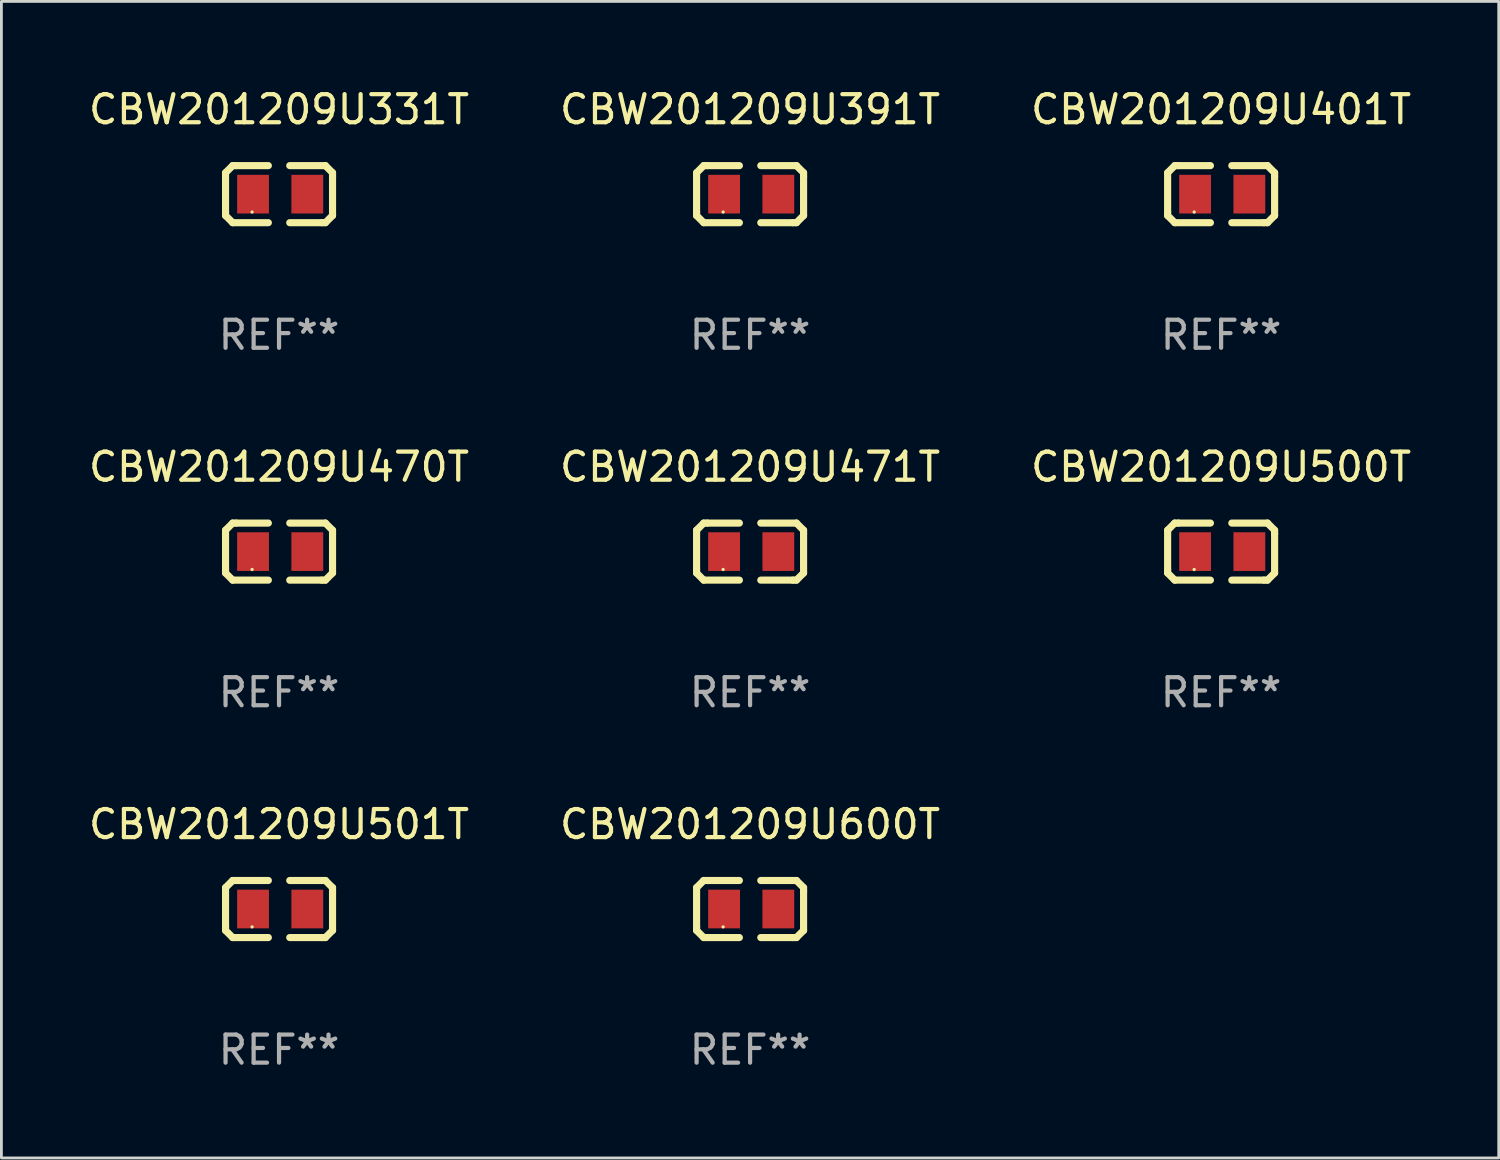
<source format=kicad_pcb>
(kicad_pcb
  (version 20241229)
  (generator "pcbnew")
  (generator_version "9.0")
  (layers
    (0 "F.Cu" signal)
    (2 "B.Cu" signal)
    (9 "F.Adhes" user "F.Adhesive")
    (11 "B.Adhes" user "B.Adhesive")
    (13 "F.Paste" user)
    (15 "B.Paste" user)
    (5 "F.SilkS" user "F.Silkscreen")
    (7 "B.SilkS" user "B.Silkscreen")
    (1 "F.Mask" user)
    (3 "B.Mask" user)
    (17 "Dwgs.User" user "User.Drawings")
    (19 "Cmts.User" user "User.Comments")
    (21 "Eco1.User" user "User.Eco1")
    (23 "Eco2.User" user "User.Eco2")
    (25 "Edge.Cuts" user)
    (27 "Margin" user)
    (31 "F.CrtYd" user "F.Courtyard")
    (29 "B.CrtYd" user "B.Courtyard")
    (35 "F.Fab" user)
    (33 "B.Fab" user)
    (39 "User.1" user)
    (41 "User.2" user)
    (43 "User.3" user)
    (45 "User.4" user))
  (footprint "CBW201209U471T"
    (layer "F.Cu")
    (at 23.661 16.593)
    (property "Reference" "CBW201209U471T" (at 0 -3.016 0) (layer "F.SilkS") (effects (font (size 1 1) (thickness 0.15))))
    (attr through_hole)
    (fp_line (start -1.905 -0.762) (end -1.905 0.635) (stroke (width 0.254) (type solid)) (layer "F.SilkS"))
    (fp_line (start -1.905 0.635) (end -1.905 0.762) (stroke (width 0.254) (type solid)) (layer "F.SilkS"))
    (fp_line (start -1.905 0.762) (end -1.651 1.016) (stroke (width 0.254) (type solid)) (layer "F.SilkS"))
    (fp_line (start -1.651 -1.016) (end -1.905 -0.762) (stroke (width 0.254) (type solid)) (layer "F.SilkS"))
    (fp_line (start -1.651 1.016) (end -0.381 1.016) (stroke (width 0.254) (type solid)) (layer "F.SilkS"))
    (fp_line (start -1.524 -1.016) (end -1.651 -1.016) (stroke (width 0.254) (type solid)) (layer "F.SilkS"))
    (fp_line (start -0.381 -1.016) (end -1.524 -1.016) (stroke (width 0.254) (type solid)) (layer "F.SilkS"))
    (fp_line (start 0.381 1.016) (end 1.524 1.016) (stroke (width 0.254) (type solid)) (layer "F.SilkS"))
    (fp_line (start 1.524 1.016) (end 1.651 1.016) (stroke (width 0.254) (type solid)) (layer "F.SilkS"))
    (fp_line (start 1.651 -1.016) (end 0.381 -1.016) (stroke (width 0.254) (type solid)) (layer "F.SilkS"))
    (fp_line (start 1.651 1.016) (end 1.905 0.762) (stroke (width 0.254) (type solid)) (layer "F.SilkS"))
    (fp_line (start 1.905 -0.762) (end 1.651 -1.016) (stroke (width 0.254) (type solid)) (layer "F.SilkS"))
    (fp_line (start 1.905 -0.635) (end 1.905 -0.762) (stroke (width 0.254) (type solid)) (layer "F.SilkS"))
    (fp_line (start 1.905 0.762) (end 1.905 -0.635) (stroke (width 0.254) (type solid)) (layer "F.SilkS"))
    (fp_circle (center -0.96 0.637) (end -0.93 0.637) (stroke (width 0.06) (type solid)) (fill no) (layer "F.SilkS"))
    (fp_text user "REF**" (at 0 5.016 0) (layer "F.Fab") (effects (font (size 1 1) (thickness 0.15))))
    (pad "1" smd rect (at -0.926 -0.000051) (size 1.133 1.377) (layers "F.Cu" "F.Mask" "F.Paste"))
    (pad "2" smd rect (at 1.006 -0.000051) (size 1.133 1.377) (layers "F.Cu" "F.Mask" "F.Paste")))
  (footprint "CBW201209U391T"
    (layer "F.Cu")
    (at 23.661 3.864)
    (property "Reference" "CBW201209U391T" (at 0 -3.016 0) (layer "F.SilkS") (effects (font (size 1 1) (thickness 0.15))))
    (attr through_hole)
    (fp_line (start -1.905 -0.762) (end -1.905 0.635) (stroke (width 0.254) (type solid)) (layer "F.SilkS"))
    (fp_line (start -1.905 0.635) (end -1.905 0.762) (stroke (width 0.254) (type solid)) (layer "F.SilkS"))
    (fp_line (start -1.905 0.762) (end -1.651 1.016) (stroke (width 0.254) (type solid)) (layer "F.SilkS"))
    (fp_line (start -1.651 -1.016) (end -1.905 -0.762) (stroke (width 0.254) (type solid)) (layer "F.SilkS"))
    (fp_line (start -1.651 1.016) (end -0.381 1.016) (stroke (width 0.254) (type solid)) (layer "F.SilkS"))
    (fp_line (start -1.524 -1.016) (end -1.651 -1.016) (stroke (width 0.254) (type solid)) (layer "F.SilkS"))
    (fp_line (start -0.381 -1.016) (end -1.524 -1.016) (stroke (width 0.254) (type solid)) (layer "F.SilkS"))
    (fp_line (start 0.381 1.016) (end 1.524 1.016) (stroke (width 0.254) (type solid)) (layer "F.SilkS"))
    (fp_line (start 1.524 1.016) (end 1.651 1.016) (stroke (width 0.254) (type solid)) (layer "F.SilkS"))
    (fp_line (start 1.651 -1.016) (end 0.381 -1.016) (stroke (width 0.254) (type solid)) (layer "F.SilkS"))
    (fp_line (start 1.651 1.016) (end 1.905 0.762) (stroke (width 0.254) (type solid)) (layer "F.SilkS"))
    (fp_line (start 1.905 -0.762) (end 1.651 -1.016) (stroke (width 0.254) (type solid)) (layer "F.SilkS"))
    (fp_line (start 1.905 -0.635) (end 1.905 -0.762) (stroke (width 0.254) (type solid)) (layer "F.SilkS"))
    (fp_line (start 1.905 0.762) (end 1.905 -0.635) (stroke (width 0.254) (type solid)) (layer "F.SilkS"))
    (fp_circle (center -0.96 0.637) (end -0.93 0.637) (stroke (width 0.06) (type solid)) (fill no) (layer "F.SilkS"))
    (fp_text user "REF**" (at 0 5.016 0) (layer "F.Fab") (effects (font (size 1 1) (thickness 0.15))))
    (pad "1" smd rect (at -0.926 -0.000051) (size 1.133 1.377) (layers "F.Cu" "F.Mask" "F.Paste"))
    (pad "2" smd rect (at 1.006 -0.000051) (size 1.133 1.377) (layers "F.Cu" "F.Mask" "F.Paste")))
  (footprint "CBW201209U401T"
    (layer "F.Cu")
    (at 40.435 3.864)
    (property "Reference" "CBW201209U401T" (at 0 -3.016 0) (layer "F.SilkS") (effects (font (size 1 1) (thickness 0.15))))
    (attr through_hole)
    (fp_line (start -1.905 -0.762) (end -1.905 0.635) (stroke (width 0.254) (type solid)) (layer "F.SilkS"))
    (fp_line (start -1.905 0.635) (end -1.905 0.762) (stroke (width 0.254) (type solid)) (layer "F.SilkS"))
    (fp_line (start -1.905 0.762) (end -1.651 1.016) (stroke (width 0.254) (type solid)) (layer "F.SilkS"))
    (fp_line (start -1.651 -1.016) (end -1.905 -0.762) (stroke (width 0.254) (type solid)) (layer "F.SilkS"))
    (fp_line (start -1.651 1.016) (end -0.381 1.016) (stroke (width 0.254) (type solid)) (layer "F.SilkS"))
    (fp_line (start -1.524 -1.016) (end -1.651 -1.016) (stroke (width 0.254) (type solid)) (layer "F.SilkS"))
    (fp_line (start -0.381 -1.016) (end -1.524 -1.016) (stroke (width 0.254) (type solid)) (layer "F.SilkS"))
    (fp_line (start 0.381 1.016) (end 1.524 1.016) (stroke (width 0.254) (type solid)) (layer "F.SilkS"))
    (fp_line (start 1.524 1.016) (end 1.651 1.016) (stroke (width 0.254) (type solid)) (layer "F.SilkS"))
    (fp_line (start 1.651 -1.016) (end 0.381 -1.016) (stroke (width 0.254) (type solid)) (layer "F.SilkS"))
    (fp_line (start 1.651 1.016) (end 1.905 0.762) (stroke (width 0.254) (type solid)) (layer "F.SilkS"))
    (fp_line (start 1.905 -0.762) (end 1.651 -1.016) (stroke (width 0.254) (type solid)) (layer "F.SilkS"))
    (fp_line (start 1.905 -0.635) (end 1.905 -0.762) (stroke (width 0.254) (type solid)) (layer "F.SilkS"))
    (fp_line (start 1.905 0.762) (end 1.905 -0.635) (stroke (width 0.254) (type solid)) (layer "F.SilkS"))
    (fp_circle (center -0.96 0.637) (end -0.93 0.637) (stroke (width 0.06) (type solid)) (fill no) (layer "F.SilkS"))
    (fp_text user "REF**" (at 0 5.016 0) (layer "F.Fab") (effects (font (size 1 1) (thickness 0.15))))
    (pad "1" smd rect (at -0.926 -0.000051) (size 1.133 1.377) (layers "F.Cu" "F.Mask" "F.Paste"))
    (pad "2" smd rect (at 1.006 -0.000051) (size 1.133 1.377) (layers "F.Cu" "F.Mask" "F.Paste")))
  (footprint "CBW201209U500T"
    (layer "F.Cu")
    (at 40.435 16.593)
    (property "Reference" "CBW201209U500T" (at 0 -3.016 0) (layer "F.SilkS") (effects (font (size 1 1) (thickness 0.15))))
    (attr through_hole)
    (fp_line (start -1.905 -0.762) (end -1.905 0.635) (stroke (width 0.254) (type solid)) (layer "F.SilkS"))
    (fp_line (start -1.905 0.635) (end -1.905 0.762) (stroke (width 0.254) (type solid)) (layer "F.SilkS"))
    (fp_line (start -1.905 0.762) (end -1.651 1.016) (stroke (width 0.254) (type solid)) (layer "F.SilkS"))
    (fp_line (start -1.651 -1.016) (end -1.905 -0.762) (stroke (width 0.254) (type solid)) (layer "F.SilkS"))
    (fp_line (start -1.651 1.016) (end -0.381 1.016) (stroke (width 0.254) (type solid)) (layer "F.SilkS"))
    (fp_line (start -1.524 -1.016) (end -1.651 -1.016) (stroke (width 0.254) (type solid)) (layer "F.SilkS"))
    (fp_line (start -0.381 -1.016) (end -1.524 -1.016) (stroke (width 0.254) (type solid)) (layer "F.SilkS"))
    (fp_line (start 0.381 1.016) (end 1.524 1.016) (stroke (width 0.254) (type solid)) (layer "F.SilkS"))
    (fp_line (start 1.524 1.016) (end 1.651 1.016) (stroke (width 0.254) (type solid)) (layer "F.SilkS"))
    (fp_line (start 1.651 -1.016) (end 0.381 -1.016) (stroke (width 0.254) (type solid)) (layer "F.SilkS"))
    (fp_line (start 1.651 1.016) (end 1.905 0.762) (stroke (width 0.254) (type solid)) (layer "F.SilkS"))
    (fp_line (start 1.905 -0.762) (end 1.651 -1.016) (stroke (width 0.254) (type solid)) (layer "F.SilkS"))
    (fp_line (start 1.905 -0.635) (end 1.905 -0.762) (stroke (width 0.254) (type solid)) (layer "F.SilkS"))
    (fp_line (start 1.905 0.762) (end 1.905 -0.635) (stroke (width 0.254) (type solid)) (layer "F.SilkS"))
    (fp_circle (center -0.96 0.637) (end -0.93 0.637) (stroke (width 0.06) (type solid)) (fill no) (layer "F.SilkS"))
    (fp_text user "REF**" (at 0 5.016 0) (layer "F.Fab") (effects (font (size 1 1) (thickness 0.15))))
    (pad "1" smd rect (at -0.926 -0.000051) (size 1.133 1.377) (layers "F.Cu" "F.Mask" "F.Paste"))
    (pad "2" smd rect (at 1.006 -0.000051) (size 1.133 1.377) (layers "F.Cu" "F.Mask" "F.Paste")))
  (footprint "CBW201209U501T"
    (layer "F.Cu")
    (at 6.887 29.321)
    (property "Reference" "CBW201209U501T" (at 0 -3.016 0) (layer "F.SilkS") (effects (font (size 1 1) (thickness 0.15))))
    (attr through_hole)
    (fp_line (start -1.905 -0.762) (end -1.905 0.635) (stroke (width 0.254) (type solid)) (layer "F.SilkS"))
    (fp_line (start -1.905 0.635) (end -1.905 0.762) (stroke (width 0.254) (type solid)) (layer "F.SilkS"))
    (fp_line (start -1.905 0.762) (end -1.651 1.016) (stroke (width 0.254) (type solid)) (layer "F.SilkS"))
    (fp_line (start -1.651 -1.016) (end -1.905 -0.762) (stroke (width 0.254) (type solid)) (layer "F.SilkS"))
    (fp_line (start -1.651 1.016) (end -0.381 1.016) (stroke (width 0.254) (type solid)) (layer "F.SilkS"))
    (fp_line (start -1.524 -1.016) (end -1.651 -1.016) (stroke (width 0.254) (type solid)) (layer "F.SilkS"))
    (fp_line (start -0.381 -1.016) (end -1.524 -1.016) (stroke (width 0.254) (type solid)) (layer "F.SilkS"))
    (fp_line (start 0.381 1.016) (end 1.524 1.016) (stroke (width 0.254) (type solid)) (layer "F.SilkS"))
    (fp_line (start 1.524 1.016) (end 1.651 1.016) (stroke (width 0.254) (type solid)) (layer "F.SilkS"))
    (fp_line (start 1.651 -1.016) (end 0.381 -1.016) (stroke (width 0.254) (type solid)) (layer "F.SilkS"))
    (fp_line (start 1.651 1.016) (end 1.905 0.762) (stroke (width 0.254) (type solid)) (layer "F.SilkS"))
    (fp_line (start 1.905 -0.762) (end 1.651 -1.016) (stroke (width 0.254) (type solid)) (layer "F.SilkS"))
    (fp_line (start 1.905 -0.635) (end 1.905 -0.762) (stroke (width 0.254) (type solid)) (layer "F.SilkS"))
    (fp_line (start 1.905 0.762) (end 1.905 -0.635) (stroke (width 0.254) (type solid)) (layer "F.SilkS"))
    (fp_circle (center -0.96 0.637) (end -0.93 0.637) (stroke (width 0.06) (type solid)) (fill no) (layer "F.SilkS"))
    (fp_text user "REF**" (at 0 5.016 0) (layer "F.Fab") (effects (font (size 1 1) (thickness 0.15))))
    (pad "1" smd rect (at -0.926 -0.000051) (size 1.133 1.377) (layers "F.Cu" "F.Mask" "F.Paste"))
    (pad "2" smd rect (at 1.006 -0.000051) (size 1.133 1.377) (layers "F.Cu" "F.Mask" "F.Paste")))
  (footprint "CBW201209U600T"
    (layer "F.Cu")
    (at 23.661 29.321)
    (property "Reference" "CBW201209U600T" (at 0 -3.016 0) (layer "F.SilkS") (effects (font (size 1 1) (thickness 0.15))))
    (attr through_hole)
    (fp_line (start -1.905 -0.762) (end -1.905 0.635) (stroke (width 0.254) (type solid)) (layer "F.SilkS"))
    (fp_line (start -1.905 0.635) (end -1.905 0.762) (stroke (width 0.254) (type solid)) (layer "F.SilkS"))
    (fp_line (start -1.905 0.762) (end -1.651 1.016) (stroke (width 0.254) (type solid)) (layer "F.SilkS"))
    (fp_line (start -1.651 -1.016) (end -1.905 -0.762) (stroke (width 0.254) (type solid)) (layer "F.SilkS"))
    (fp_line (start -1.651 1.016) (end -0.381 1.016) (stroke (width 0.254) (type solid)) (layer "F.SilkS"))
    (fp_line (start -1.524 -1.016) (end -1.651 -1.016) (stroke (width 0.254) (type solid)) (layer "F.SilkS"))
    (fp_line (start -0.381 -1.016) (end -1.524 -1.016) (stroke (width 0.254) (type solid)) (layer "F.SilkS"))
    (fp_line (start 0.381 1.016) (end 1.524 1.016) (stroke (width 0.254) (type solid)) (layer "F.SilkS"))
    (fp_line (start 1.524 1.016) (end 1.651 1.016) (stroke (width 0.254) (type solid)) (layer "F.SilkS"))
    (fp_line (start 1.651 -1.016) (end 0.381 -1.016) (stroke (width 0.254) (type solid)) (layer "F.SilkS"))
    (fp_line (start 1.651 1.016) (end 1.905 0.762) (stroke (width 0.254) (type solid)) (layer "F.SilkS"))
    (fp_line (start 1.905 -0.762) (end 1.651 -1.016) (stroke (width 0.254) (type solid)) (layer "F.SilkS"))
    (fp_line (start 1.905 -0.635) (end 1.905 -0.762) (stroke (width 0.254) (type solid)) (layer "F.SilkS"))
    (fp_line (start 1.905 0.762) (end 1.905 -0.635) (stroke (width 0.254) (type solid)) (layer "F.SilkS"))
    (fp_circle (center -0.96 0.637) (end -0.93 0.637) (stroke (width 0.06) (type solid)) (fill no) (layer "F.SilkS"))
    (fp_text user "REF**" (at 0 5.016 0) (layer "F.Fab") (effects (font (size 1 1) (thickness 0.15))))
    (pad "1" smd rect (at -0.926 -0.000051) (size 1.133 1.377) (layers "F.Cu" "F.Mask" "F.Paste"))
    (pad "2" smd rect (at 1.006 -0.000051) (size 1.133 1.377) (layers "F.Cu" "F.Mask" "F.Paste")))
  (footprint "CBW201209U331T"
    (layer "F.Cu")
    (at 6.887 3.864)
    (property "Reference" "CBW201209U331T" (at 0 -3.016 0) (layer "F.SilkS") (effects (font (size 1 1) (thickness 0.15))))
    (attr through_hole)
    (fp_line (start -1.905 -0.762) (end -1.905 0.635) (stroke (width 0.254) (type solid)) (layer "F.SilkS"))
    (fp_line (start -1.905 0.635) (end -1.905 0.762) (stroke (width 0.254) (type solid)) (layer "F.SilkS"))
    (fp_line (start -1.905 0.762) (end -1.651 1.016) (stroke (width 0.254) (type solid)) (layer "F.SilkS"))
    (fp_line (start -1.651 -1.016) (end -1.905 -0.762) (stroke (width 0.254) (type solid)) (layer "F.SilkS"))
    (fp_line (start -1.651 1.016) (end -0.381 1.016) (stroke (width 0.254) (type solid)) (layer "F.SilkS"))
    (fp_line (start -1.524 -1.016) (end -1.651 -1.016) (stroke (width 0.254) (type solid)) (layer "F.SilkS"))
    (fp_line (start -0.381 -1.016) (end -1.524 -1.016) (stroke (width 0.254) (type solid)) (layer "F.SilkS"))
    (fp_line (start 0.381 1.016) (end 1.524 1.016) (stroke (width 0.254) (type solid)) (layer "F.SilkS"))
    (fp_line (start 1.524 1.016) (end 1.651 1.016) (stroke (width 0.254) (type solid)) (layer "F.SilkS"))
    (fp_line (start 1.651 -1.016) (end 0.381 -1.016) (stroke (width 0.254) (type solid)) (layer "F.SilkS"))
    (fp_line (start 1.651 1.016) (end 1.905 0.762) (stroke (width 0.254) (type solid)) (layer "F.SilkS"))
    (fp_line (start 1.905 -0.762) (end 1.651 -1.016) (stroke (width 0.254) (type solid)) (layer "F.SilkS"))
    (fp_line (start 1.905 -0.635) (end 1.905 -0.762) (stroke (width 0.254) (type solid)) (layer "F.SilkS"))
    (fp_line (start 1.905 0.762) (end 1.905 -0.635) (stroke (width 0.254) (type solid)) (layer "F.SilkS"))
    (fp_circle (center -0.96 0.637) (end -0.93 0.637) (stroke (width 0.06) (type solid)) (fill no) (layer "F.SilkS"))
    (fp_text user "REF**" (at 0 5.016 0) (layer "F.Fab") (effects (font (size 1 1) (thickness 0.15))))
    (pad "1" smd rect (at -0.926 -0.000051) (size 1.133 1.377) (layers "F.Cu" "F.Mask" "F.Paste"))
    (pad "2" smd rect (at 1.006 -0.000051) (size 1.133 1.377) (layers "F.Cu" "F.Mask" "F.Paste")))
  (footprint "CBW201209U470T"
    (layer "F.Cu")
    (at 6.887 16.593)
    (property "Reference" "CBW201209U470T" (at 0 -3.016 0) (layer "F.SilkS") (effects (font (size 1 1) (thickness 0.15))))
    (attr through_hole)
    (fp_line (start -1.905 -0.762) (end -1.905 0.635) (stroke (width 0.254) (type solid)) (layer "F.SilkS"))
    (fp_line (start -1.905 0.635) (end -1.905 0.762) (stroke (width 0.254) (type solid)) (layer "F.SilkS"))
    (fp_line (start -1.905 0.762) (end -1.651 1.016) (stroke (width 0.254) (type solid)) (layer "F.SilkS"))
    (fp_line (start -1.651 -1.016) (end -1.905 -0.762) (stroke (width 0.254) (type solid)) (layer "F.SilkS"))
    (fp_line (start -1.651 1.016) (end -0.381 1.016) (stroke (width 0.254) (type solid)) (layer "F.SilkS"))
    (fp_line (start -1.524 -1.016) (end -1.651 -1.016) (stroke (width 0.254) (type solid)) (layer "F.SilkS"))
    (fp_line (start -0.381 -1.016) (end -1.524 -1.016) (stroke (width 0.254) (type solid)) (layer "F.SilkS"))
    (fp_line (start 0.381 1.016) (end 1.524 1.016) (stroke (width 0.254) (type solid)) (layer "F.SilkS"))
    (fp_line (start 1.524 1.016) (end 1.651 1.016) (stroke (width 0.254) (type solid)) (layer "F.SilkS"))
    (fp_line (start 1.651 -1.016) (end 0.381 -1.016) (stroke (width 0.254) (type solid)) (layer "F.SilkS"))
    (fp_line (start 1.651 1.016) (end 1.905 0.762) (stroke (width 0.254) (type solid)) (layer "F.SilkS"))
    (fp_line (start 1.905 -0.762) (end 1.651 -1.016) (stroke (width 0.254) (type solid)) (layer "F.SilkS"))
    (fp_line (start 1.905 -0.635) (end 1.905 -0.762) (stroke (width 0.254) (type solid)) (layer "F.SilkS"))
    (fp_line (start 1.905 0.762) (end 1.905 -0.635) (stroke (width 0.254) (type solid)) (layer "F.SilkS"))
    (fp_circle (center -0.96 0.637) (end -0.93 0.637) (stroke (width 0.06) (type solid)) (fill no) (layer "F.SilkS"))
    (fp_text user "REF**" (at 0 5.016 0) (layer "F.Fab") (effects (font (size 1 1) (thickness 0.15))))
    (pad "1" smd rect (at -0.926 -0.000051) (size 1.133 1.377) (layers "F.Cu" "F.Mask" "F.Paste"))
    (pad "2" smd rect (at 1.006 -0.000051) (size 1.133 1.377) (layers "F.Cu" "F.Mask" "F.Paste")))
  (gr_rect
    (start -3 -3)
    (end 50.321 38.186)
    (stroke (width 0.1) (type default))
    (fill no)
    (layer "Edge.Cuts")))
</source>
